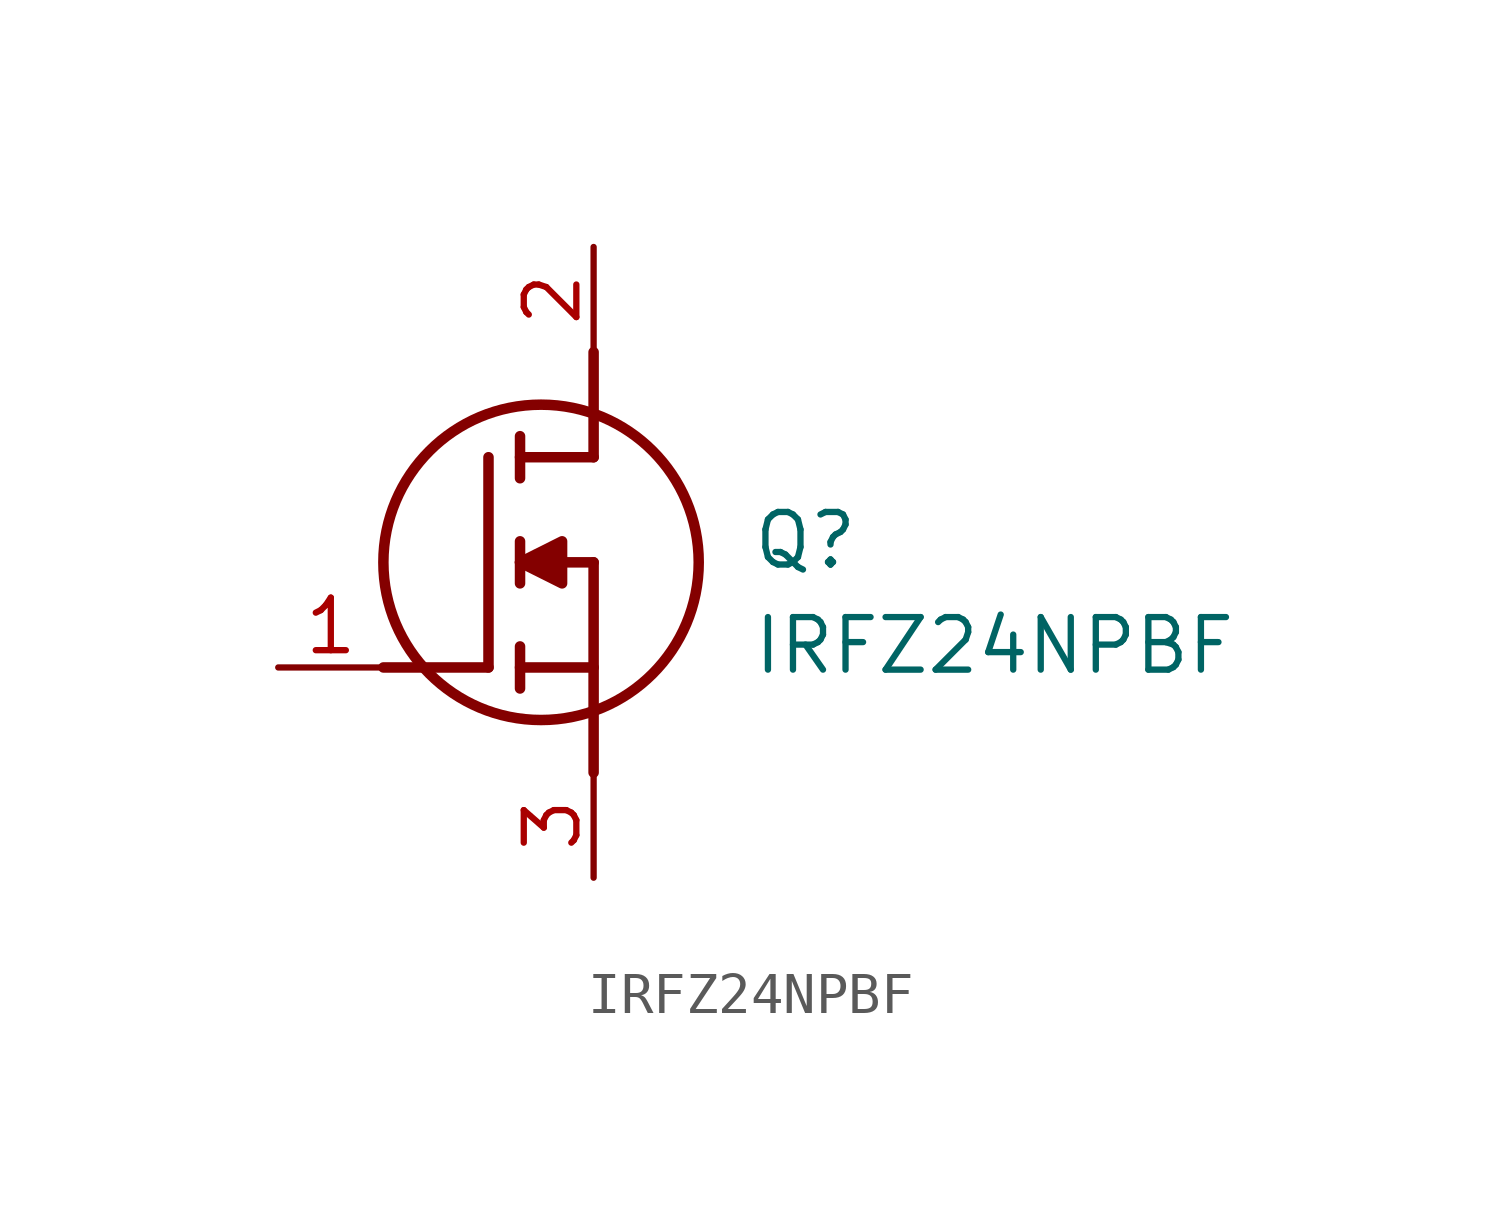
<source format=kicad_sym>
(kicad_symbol_lib
  (version 20211014)
  (generator SamacSys_ECAD_Model)
  (symbol "IRFZ24NPBF"
    (pin_names hide)
    (property "Reference" "Q"
      (at 11.43 3.81 0)
      (effects (font (size 1.27 1.27)) (justify left top)))
    (property "Value" "IRFZ24NPBF"
      (at 11.43 1.27 0)
      (effects (font (size 1.27 1.27)) (justify left top)))
    (polyline
      (pts (xy 7.62 2.54) (xy 7.62 -2.54))
      (stroke (width 0.254) (type default))
      (fill (type none)))
    (polyline
      (pts (xy 7.62 5.08) (xy 7.62 7.62))
      (stroke (width 0.254) (type default))
      (fill (type none)))
    (polyline
      (pts (xy 2.54 0) (xy 5.08 0))
      (stroke (width 0.254) (type default))
      (fill (type none)))
    (polyline
      (pts (xy 5.08 5.08) (xy 5.08 0))
      (stroke (width 0.254) (type default))
      (fill (type none)))
    (polyline
      (pts (xy 7.62 2.54) (xy 5.842 2.54))
      (stroke (width 0.254) (type default))
      (fill (type none)))
    (polyline
      (pts (xy 7.62 5.08) (xy 5.842 5.08))
      (stroke (width 0.254) (type default))
      (fill (type none)))
    (polyline
      (pts (xy 5.842 0) (xy 7.62 0))
      (stroke (width 0.254) (type default))
      (fill (type none)))
    (polyline
      (pts (xy 5.842 5.588) (xy 5.842 4.572))
      (stroke (width 0.254) (type default))
      (fill (type none)))
    (polyline
      (pts (xy 5.842 -0.508) (xy 5.842 0.508))
      (stroke (width 0.254) (type default))
      (fill (type none)))
    (polyline
      (pts (xy 5.842 2.032) (xy 5.842 3.048))
      (stroke (width 0.254) (type default))
      (fill (type none)))
    (circle
      (center 6.35 2.54)
      (radius 3.81)
      (stroke (width 0.254) (type default))
      (fill (type none)))
    (polyline
      (pts (xy 5.842 2.54) (xy 6.858 3.048) (xy 6.858 2.032) (xy 5.842 2.54))
      (stroke (width 0.254) (type default))
      (fill (type outline)))
    (pin passive line
      (at 0 0 0)
      (length 2.54)
      (name "G" (effects (font (size 1.27 1.27))))
      (number "1" (effects (font (size 1.27 1.27)))))
    (pin passive line
      (at 7.62 10.16 270)
      (length 2.54)
      (name "D" (effects (font (size 1.27 1.27))))
      (number "2" (effects (font (size 1.27 1.27)))))
    (pin passive line
      (at 7.62 -5.08 90)
      (length 2.54)
      (name "S" (effects (font (size 1.27 1.27))))
      (number "3" (effects (font (size 1.27 1.27)))))))
</source>
